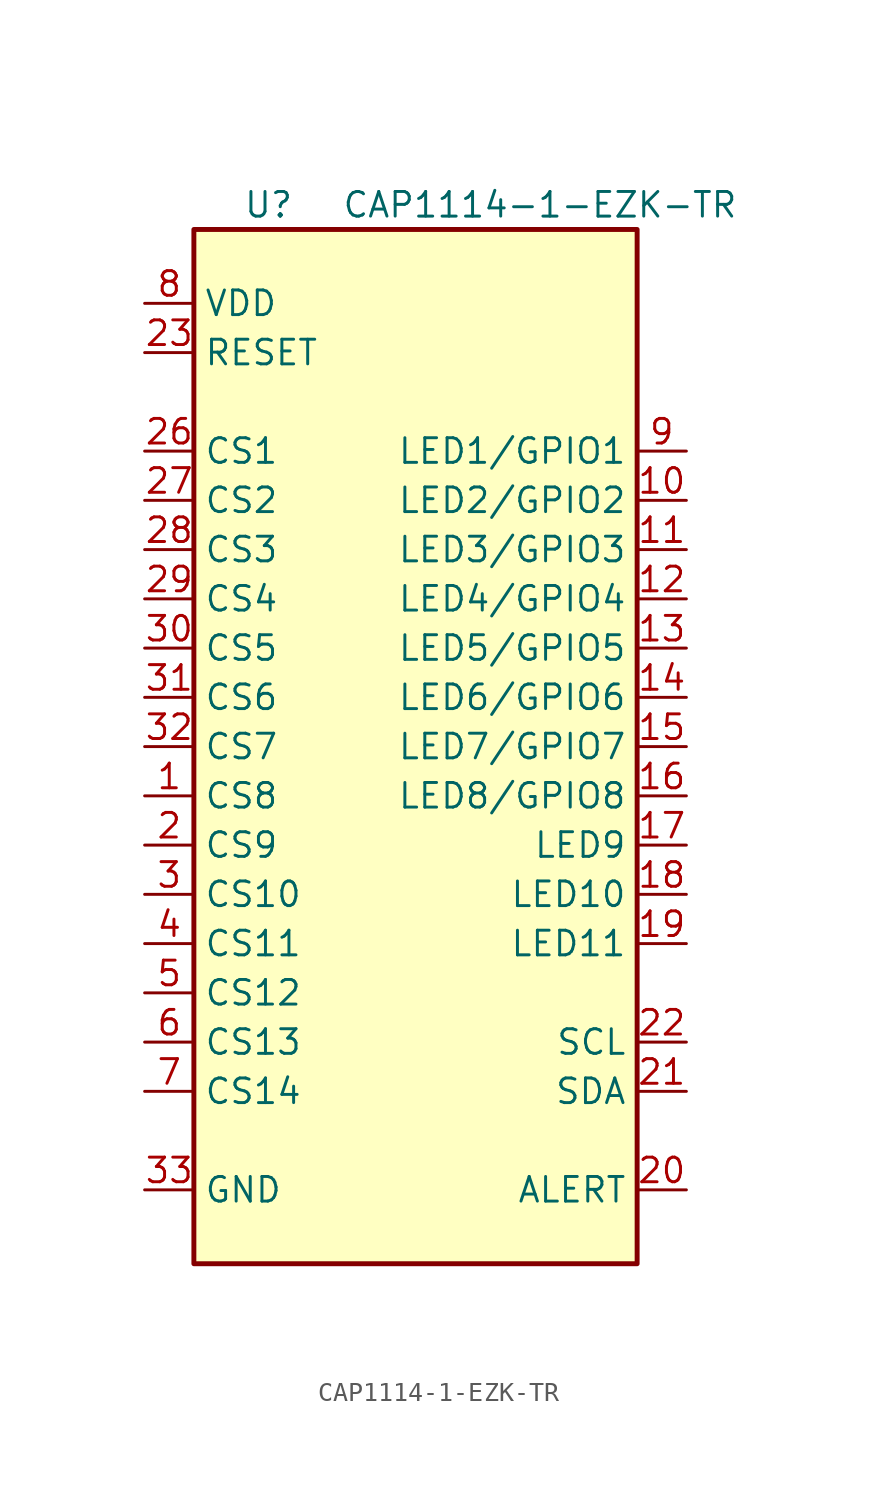
<source format=kicad_sym>
(kicad_symbol_lib
  (version 20220914)
  (generator kicad_symbol_editor)
  (symbol "CAP1114-1-EZK-TR"
    (property "Reference" "U"
      (at -8.89 27.94 0)
      (effects (font (size 1.27 1.27)) (justify left)))
    (property "Value" "CAP1114-1-EZK-TR"
      (at -3.81 27.94 0)
      (effects (font (size 1.27 1.27)) (justify left)))
    (symbol "CAP1114-1-EZK-TR_0_0"
      (pin bidirectional line (at 13.97 12.7 180) (length 2.54) (name "LED2/GPIO2" (effects (font (size 1.27 1.27)))) (number "10" (effects (font (size 1.27 1.27)))))
      (pin bidirectional line (at 13.97 10.16 180) (length 2.54) (name "LED3/GPIO3" (effects (font (size 1.27 1.27)))) (number "11" (effects (font (size 1.27 1.27)))))
      (pin bidirectional line (at 13.97 7.62 180) (length 2.54) (name "LED4/GPIO4" (effects (font (size 1.27 1.27)))) (number "12" (effects (font (size 1.27 1.27)))))
      (pin bidirectional line (at 13.97 5.08 180) (length 2.54) (name "LED5/GPIO5" (effects (font (size 1.27 1.27)))) (number "13" (effects (font (size 1.27 1.27)))))
      (pin bidirectional line (at 13.97 2.54 180) (length 2.54) (name "LED6/GPIO6" (effects (font (size 1.27 1.27)))) (number "14" (effects (font (size 1.27 1.27)))))
      (pin bidirectional line (at 13.97 0 180) (length 2.54) (name "LED7/GPIO7" (effects (font (size 1.27 1.27)))) (number "15" (effects (font (size 1.27 1.27)))))
      (pin bidirectional line (at 13.97 -2.54 180) (length 2.54) (name "LED8/GPIO8" (effects (font (size 1.27 1.27)))) (number "16" (effects (font (size 1.27 1.27)))))
      (pin output line (at 13.97 -5.08 180) (length 2.54) (name "LED9" (effects (font (size 1.27 1.27)))) (number "17" (effects (font (size 1.27 1.27)))))
      (pin output line (at 13.97 -7.62 180) (length 2.54) (name "LED10" (effects (font (size 1.27 1.27)))) (number "18" (effects (font (size 1.27 1.27)))))
      (pin output line (at 13.97 -10.16 180) (length 2.54) (name "LED11" (effects (font (size 1.27 1.27)))) (number "19" (effects (font (size 1.27 1.27)))))
      (pin bidirectional line (at 13.97 -22.86 180) (length 2.54) (name "ALERT" (effects (font (size 1.27 1.27)))) (number "20" (effects (font (size 1.27 1.27)))))
      (pin bidirectional line (at 13.97 -17.78 180) (length 2.54) (name "SDA" (effects (font (size 1.27 1.27)))) (number "21" (effects (font (size 1.27 1.27)))))
      (pin input line (at 13.97 -15.24 180) (length 2.54) (name "SCL" (effects (font (size 1.27 1.27)))) (number "22" (effects (font (size 1.27 1.27)))))
      (pin input line (at -13.97 20.32 0) (length 2.54) (name "RESET" (effects (font (size 1.27 1.27)))) (number "23" (effects (font (size 1.27 1.27)))))
      (pin no_connect line (at 13.97 22.86 180) (length 2.54) hide (name "N/C" (effects (font (size 1.27 1.27)))) (number "24" (effects (font (size 1.27 1.27)))))
      (pin no_connect line (at 13.97 20.32 180) (length 2.54) hide (name "N/C" (effects (font (size 1.27 1.27)))) (number "25" (effects (font (size 1.27 1.27)))))
      (pin passive line (at -13.97 15.24 0) (length 2.54) (name "CS1" (effects (font (size 1.27 1.27)))) (number "26" (effects (font (size 1.27 1.27)))))
      (pin passive line (at -13.97 12.7 0) (length 2.54) (name "CS2" (effects (font (size 1.27 1.27)))) (number "27" (effects (font (size 1.27 1.27)))))
      (pin passive line (at -13.97 10.16 0) (length 2.54) (name "CS3" (effects (font (size 1.27 1.27)))) (number "28" (effects (font (size 1.27 1.27)))))
      (pin passive line (at -13.97 7.62 0) (length 2.54) (name "CS4" (effects (font (size 1.27 1.27)))) (number "29" (effects (font (size 1.27 1.27)))))
      (pin passive line (at -13.97 5.08 0) (length 2.54) (name "CS5" (effects (font (size 1.27 1.27)))) (number "30" (effects (font (size 1.27 1.27)))))
      (pin passive line (at -13.97 2.54 0) (length 2.54) (name "CS6" (effects (font (size 1.27 1.27)))) (number "31" (effects (font (size 1.27 1.27)))))
      (pin passive line (at -13.97 0 0) (length 2.54) (name "CS7" (effects (font (size 1.27 1.27)))) (number "32" (effects (font (size 1.27 1.27)))))
      (pin power_in line (at -13.97 -22.86 0) (length 2.54) (name "GND" (effects (font (size 1.27 1.27)))) (number "33" (effects (font (size 1.27 1.27)))))
      (pin passive line (at -13.97 -17.78 0) (length 2.54) (name "CS14" (effects (font (size 1.27 1.27)))) (number "7" (effects (font (size 1.27 1.27)))))
      (pin power_in line (at -13.97 22.86 0) (length 2.54) (name "VDD" (effects (font (size 1.27 1.27)))) (number "8" (effects (font (size 1.27 1.27)))))
      (pin bidirectional line (at 13.97 15.24 180) (length 2.54) (name "LED1/GPIO1" (effects (font (size 1.27 1.27)))) (number "9" (effects (font (size 1.27 1.27))))))
    (symbol "CAP1114-1-EZK-TR_0_1"
      (rectangle (start -11.43 26.67) (end 11.43 -26.67) (stroke (width 0.254) (type default)) (fill (type background))))
    (symbol "CAP1114-1-EZK-TR_1_1"
      (pin passive line (at -13.97 -2.54 0) (length 2.54) (name "CS8" (effects (font (size 1.27 1.27)))) (number "1" (effects (font (size 1.27 1.27)))))
      (pin passive line (at -13.97 -5.08 0) (length 2.54) (name "CS9" (effects (font (size 1.27 1.27)))) (number "2" (effects (font (size 1.27 1.27)))))
      (pin passive line (at -13.97 -7.62 0) (length 2.54) (name "CS10" (effects (font (size 1.27 1.27)))) (number "3" (effects (font (size 1.27 1.27)))))
      (pin passive line (at -13.97 -10.16 0) (length 2.54) (name "CS11" (effects (font (size 1.27 1.27)))) (number "4" (effects (font (size 1.27 1.27)))))
      (pin passive line (at -13.97 -12.7 0) (length 2.54) (name "CS12" (effects (font (size 1.27 1.27)))) (number "5" (effects (font (size 1.27 1.27)))))
      (pin passive line (at -13.97 -15.24 0) (length 2.54) (name "CS13" (effects (font (size 1.27 1.27)))) (number "6" (effects (font (size 1.27 1.27))))))))
</source>
